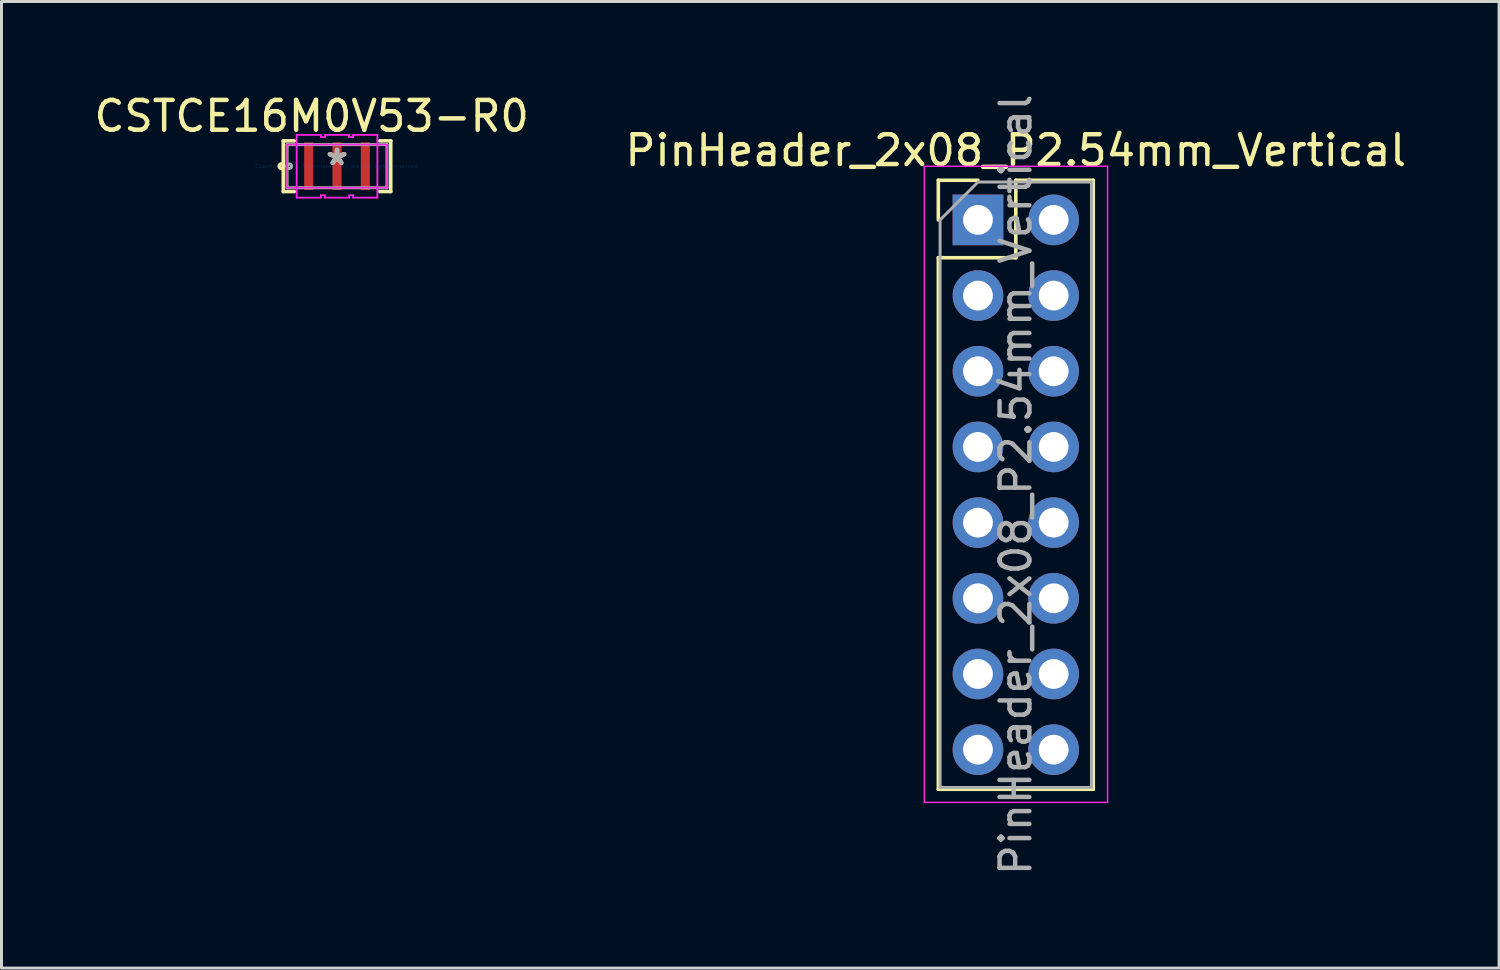
<source format=kicad_pcb>
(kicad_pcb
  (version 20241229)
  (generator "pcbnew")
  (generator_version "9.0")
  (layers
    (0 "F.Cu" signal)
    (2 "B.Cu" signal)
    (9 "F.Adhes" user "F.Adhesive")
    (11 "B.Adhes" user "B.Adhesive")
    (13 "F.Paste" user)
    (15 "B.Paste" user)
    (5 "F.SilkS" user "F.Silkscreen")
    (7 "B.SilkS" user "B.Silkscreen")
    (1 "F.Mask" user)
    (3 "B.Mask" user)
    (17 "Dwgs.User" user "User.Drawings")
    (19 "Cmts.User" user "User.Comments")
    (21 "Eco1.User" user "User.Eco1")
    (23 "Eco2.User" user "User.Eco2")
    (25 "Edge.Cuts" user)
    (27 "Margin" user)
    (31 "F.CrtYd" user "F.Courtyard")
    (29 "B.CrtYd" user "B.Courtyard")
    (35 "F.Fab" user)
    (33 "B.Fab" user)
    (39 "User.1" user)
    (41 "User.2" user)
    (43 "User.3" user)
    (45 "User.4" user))
  (footprint "CSTCE16M0V53-R0"
    (layer "F.Cu")
    (at 8.261 2.528)
    (property "Reference" "CSTCE16M0V53-R0" (at -0.85 -1.68 0) (layer "F.SilkS") (effects (font (size 1 1) (thickness 0.15))))
    (attr through_hole)
    (fp_line (start -1.803 -0.851) (end -1.803 0.851) (stroke (width 0.12) (type solid)) (layer "F.SilkS"))
    (fp_line (start -1.803 0.851) (end -1.431 0.851) (stroke (width 0.12) (type solid)) (layer "F.SilkS"))
    (fp_line (start -1.431 -0.851) (end -1.803 -0.851) (stroke (width 0.12) (type solid)) (layer "F.SilkS"))
    (fp_line (start 1.431 0.851) (end 1.803 0.851) (stroke (width 0.12) (type solid)) (layer "F.SilkS"))
    (fp_line (start 1.803 -0.851) (end 1.431 -0.851) (stroke (width 0.12) (type solid)) (layer "F.SilkS"))
    (fp_line (start 1.803 0.851) (end 1.803 -0.851) (stroke (width 0.12) (type solid)) (layer "F.SilkS"))
    (fp_circle (center -1.864 0) (end -1.788 0) (stroke (width 0.12) (type solid)) (fill no) (layer "F.SilkS"))
    (fp_line (start -1.676 -0.724) (end 1.676 -0.724) (stroke (width 0.05) (type solid)) (layer "F.CrtYd"))
    (fp_line (start -1.676 0.724) (end -1.676 -0.724) (stroke (width 0.05) (type solid)) (layer "F.CrtYd"))
    (fp_line (start -1.356 -1.054) (end -0.544 -1.054) (stroke (width 0.05) (type solid)) (layer "F.CrtYd"))
    (fp_line (start -1.356 -1.054) (end -0.544 -1.054) (stroke (width 0.05) (type solid)) (layer "F.CrtYd"))
    (fp_line (start -1.356 1.054) (end -1.356 -1.054) (stroke (width 0.05) (type solid)) (layer "F.CrtYd"))
    (fp_line (start -1.356 1.054) (end -1.356 -1.054) (stroke (width 0.05) (type solid)) (layer "F.CrtYd"))
    (fp_line (start -1.356 1.054) (end -0.544 1.054) (stroke (width 0.05) (type solid)) (layer "F.CrtYd"))
    (fp_line (start -0.544 -1.054) (end -0.544 -0.978) (stroke (width 0.05) (type solid)) (layer "F.CrtYd"))
    (fp_line (start -0.544 -1.054) (end -0.544 -0.978) (stroke (width 0.05) (type solid)) (layer "F.CrtYd"))
    (fp_line (start -0.544 -0.978) (end -0.406 -0.978) (stroke (width 0.05) (type solid)) (layer "F.CrtYd"))
    (fp_line (start -0.544 -0.978) (end -0.406 -0.978) (stroke (width 0.05) (type solid)) (layer "F.CrtYd"))
    (fp_line (start -0.544 0.978) (end -0.544 1.054) (stroke (width 0.05) (type solid)) (layer "F.CrtYd"))
    (fp_line (start -0.544 0.978) (end -0.406 0.978) (stroke (width 0.05) (type solid)) (layer "F.CrtYd"))
    (fp_line (start -0.544 1.054) (end -1.356 1.054) (stroke (width 0.05) (type solid)) (layer "F.CrtYd"))
    (fp_line (start -0.544 1.054) (end -0.544 0.978) (stroke (width 0.05) (type solid)) (layer "F.CrtYd"))
    (fp_line (start -0.406 -1.054) (end 0.406 -1.054) (stroke (width 0.05) (type solid)) (layer "F.CrtYd"))
    (fp_line (start -0.406 -1.054) (end 0.406 -1.054) (stroke (width 0.05) (type solid)) (layer "F.CrtYd"))
    (fp_line (start -0.406 -0.978) (end -0.406 -1.054) (stroke (width 0.05) (type solid)) (layer "F.CrtYd"))
    (fp_line (start -0.406 -0.978) (end -0.406 -1.054) (stroke (width 0.05) (type solid)) (layer "F.CrtYd"))
    (fp_line (start -0.406 0.978) (end -0.544 0.978) (stroke (width 0.05) (type solid)) (layer "F.CrtYd"))
    (fp_line (start -0.406 0.978) (end -0.406 1.054) (stroke (width 0.05) (type solid)) (layer "F.CrtYd"))
    (fp_line (start -0.406 1.054) (end -0.406 0.978) (stroke (width 0.05) (type solid)) (layer "F.CrtYd"))
    (fp_line (start -0.406 1.054) (end 0.406 1.054) (stroke (width 0.05) (type solid)) (layer "F.CrtYd"))
    (fp_line (start 0.406 -1.054) (end 0.406 -0.978) (stroke (width 0.05) (type solid)) (layer "F.CrtYd"))
    (fp_line (start 0.406 -0.978) (end 0.406 -1.054) (stroke (width 0.05) (type solid)) (layer "F.CrtYd"))
    (fp_line (start 0.406 -0.978) (end 0.544 -0.978) (stroke (width 0.05) (type solid)) (layer "F.CrtYd"))
    (fp_line (start 0.406 0.978) (end 0.406 1.054) (stroke (width 0.05) (type solid)) (layer "F.CrtYd"))
    (fp_line (start 0.406 0.978) (end 0.406 1.054) (stroke (width 0.05) (type solid)) (layer "F.CrtYd"))
    (fp_line (start 0.406 1.054) (end -0.406 1.054) (stroke (width 0.05) (type solid)) (layer "F.CrtYd"))
    (fp_line (start 0.544 -1.054) (end 0.544 -0.978) (stroke (width 0.05) (type solid)) (layer "F.CrtYd"))
    (fp_line (start 0.544 -1.054) (end 1.356 -1.054) (stroke (width 0.05) (type solid)) (layer "F.CrtYd"))
    (fp_line (start 0.544 -0.978) (end 0.406 -0.978) (stroke (width 0.05) (type solid)) (layer "F.CrtYd"))
    (fp_line (start 0.544 -0.978) (end 0.544 -1.054) (stroke (width 0.05) (type solid)) (layer "F.CrtYd"))
    (fp_line (start 0.544 0.978) (end 0.406 0.978) (stroke (width 0.05) (type solid)) (layer "F.CrtYd"))
    (fp_line (start 0.544 0.978) (end 0.406 0.978) (stroke (width 0.05) (type solid)) (layer "F.CrtYd"))
    (fp_line (start 0.544 1.054) (end 0.544 0.978) (stroke (width 0.05) (type solid)) (layer "F.CrtYd"))
    (fp_line (start 0.544 1.054) (end 0.544 0.978) (stroke (width 0.05) (type solid)) (layer "F.CrtYd"))
    (fp_line (start 1.356 -1.054) (end 0.544 -1.054) (stroke (width 0.05) (type solid)) (layer "F.CrtYd"))
    (fp_line (start 1.356 -1.054) (end 1.356 1.054) (stroke (width 0.05) (type solid)) (layer "F.CrtYd"))
    (fp_line (start 1.356 -1.054) (end 1.356 1.054) (stroke (width 0.05) (type solid)) (layer "F.CrtYd"))
    (fp_line (start 1.356 1.054) (end 0.544 1.054) (stroke (width 0.05) (type solid)) (layer "F.CrtYd"))
    (fp_line (start 1.356 1.054) (end 0.544 1.054) (stroke (width 0.05) (type solid)) (layer "F.CrtYd"))
    (fp_line (start 1.676 -0.724) (end 1.676 0.724) (stroke (width 0.05) (type solid)) (layer "F.CrtYd"))
    (fp_line (start 1.676 0.724) (end -1.676 0.724) (stroke (width 0.05) (type solid)) (layer "F.CrtYd"))
    (fp_line (start -1.676 -0.724) (end -1.676 0.724) (stroke (width 0.1) (type solid)) (layer "F.Fab"))
    (fp_line (start -1.676 0.724) (end 1.676 0.724) (stroke (width 0.1) (type solid)) (layer "F.Fab"))
    (fp_line (start 1.676 -0.724) (end -1.676 -0.724) (stroke (width 0.1) (type solid)) (layer "F.Fab"))
    (fp_line (start 1.676 0.724) (end 1.676 -0.724) (stroke (width 0.1) (type solid)) (layer "F.Fab"))
    (fp_circle (center -1.6 0) (end -1.524 0) (stroke (width 0.1) (type solid)) (fill no) (layer "F.Fab"))
    (fp_text user "*" (at 0 0 0) (layer "F.SilkS") (effects (font (size 1 1) (thickness 0.15))))
    (fp_text user "Copyright 2021 Accelerated Designs. All rights reserved." (at 0 0 0) (layer "Cmts.User") (effects (font (size 0.127 0.127) (thickness 0.002))))
    (fp_text user "*" (at 0 0 0) (layer "F.Fab") (effects (font (size 1 1) (thickness 0.15))))
    (pad "1" smd rect (at -0.95 0) (size 0.305 1.6) (layers "F.Cu" "F.Mask" "F.Paste"))
    (pad "2" smd rect (at 0 0) (size 0.305 1.6) (layers "F.Cu" "F.Mask" "F.Paste"))
    (pad "3" smd rect (at 0.95 0) (size 0.305 1.6) (layers "F.Cu" "F.Mask" "F.Paste")))
  (footprint "PinHeader_2x08_P2.54mm_Vertical"
    (layer "F.Cu")
    (at 29.772 4.33)
    (property "Reference" "PinHeader_2x08_P2.54mm_Vertical" (at 1.27 -2.33 0) (layer "F.SilkS") (effects (font (size 1 1) (thickness 0.15))))
    (attr through_hole)
    (fp_line (start -1.33 -1.33) (end 0 -1.33) (stroke (width 0.12) (type solid)) (layer "F.SilkS"))
    (fp_line (start -1.33 0) (end -1.33 -1.33) (stroke (width 0.12) (type solid)) (layer "F.SilkS"))
    (fp_line (start -1.33 1.27) (end -1.33 19.11) (stroke (width 0.12) (type solid)) (layer "F.SilkS"))
    (fp_line (start -1.33 1.27) (end 1.27 1.27) (stroke (width 0.12) (type solid)) (layer "F.SilkS"))
    (fp_line (start -1.33 19.11) (end 3.87 19.11) (stroke (width 0.12) (type solid)) (layer "F.SilkS"))
    (fp_line (start 1.27 -1.33) (end 3.87 -1.33) (stroke (width 0.12) (type solid)) (layer "F.SilkS"))
    (fp_line (start 1.27 1.27) (end 1.27 -1.33) (stroke (width 0.12) (type solid)) (layer "F.SilkS"))
    (fp_line (start 3.87 -1.33) (end 3.87 19.11) (stroke (width 0.12) (type solid)) (layer "F.SilkS"))
    (fp_line (start -1.8 -1.8) (end -1.8 19.55) (stroke (width 0.05) (type solid)) (layer "F.CrtYd"))
    (fp_line (start -1.8 19.55) (end 4.35 19.55) (stroke (width 0.05) (type solid)) (layer "F.CrtYd"))
    (fp_line (start 4.35 -1.8) (end -1.8 -1.8) (stroke (width 0.05) (type solid)) (layer "F.CrtYd"))
    (fp_line (start 4.35 19.55) (end 4.35 -1.8) (stroke (width 0.05) (type solid)) (layer "F.CrtYd"))
    (fp_line (start -1.27 0) (end 0 -1.27) (stroke (width 0.1) (type solid)) (layer "F.Fab"))
    (fp_line (start -1.27 19.05) (end -1.27 0) (stroke (width 0.1) (type solid)) (layer "F.Fab"))
    (fp_line (start 0 -1.27) (end 3.81 -1.27) (stroke (width 0.1) (type solid)) (layer "F.Fab"))
    (fp_line (start 3.81 -1.27) (end 3.81 19.05) (stroke (width 0.1) (type solid)) (layer "F.Fab"))
    (fp_line (start 3.81 19.05) (end -1.27 19.05) (stroke (width 0.1) (type solid)) (layer "F.Fab"))
    (fp_text user "${REFERENCE}" (at 1.27 8.89 90) (layer "F.Fab") (effects (font (size 1 1) (thickness 0.15))))
    (pad "1" thru_hole rect (at 0 0) (size 1.7 1.7) (drill 1) (layers "*.Cu" "*.Mask"))
    (pad "2" thru_hole oval (at 0 2.54) (size 1.7 1.7) (drill 1) (layers "*.Cu" "*.Mask"))
    (pad "3" thru_hole oval (at 0 5.08) (size 1.7 1.7) (drill 1) (layers "*.Cu" "*.Mask"))
    (pad "4" thru_hole oval (at 0 7.62) (size 1.7 1.7) (drill 1) (layers "*.Cu" "*.Mask"))
    (pad "5" thru_hole oval (at 0 10.16) (size 1.7 1.7) (drill 1) (layers "*.Cu" "*.Mask"))
    (pad "6" thru_hole oval (at 0 12.7) (size 1.7 1.7) (drill 1) (layers "*.Cu" "*.Mask"))
    (pad "7" thru_hole oval (at 0 15.24) (size 1.7 1.7) (drill 1) (layers "*.Cu" "*.Mask"))
    (pad "8" thru_hole oval (at 0 17.78) (size 1.7 1.7) (drill 1) (layers "*.Cu" "*.Mask"))
    (pad "9" thru_hole oval (at 2.54 17.78) (size 1.7 1.7) (drill 1) (layers "*.Cu" "*.Mask"))
    (pad "10" thru_hole oval (at 2.54 15.24) (size 1.7 1.7) (drill 1) (layers "*.Cu" "*.Mask"))
    (pad "11" thru_hole oval (at 2.54 12.7) (size 1.7 1.7) (drill 1) (layers "*.Cu" "*.Mask"))
    (pad "12" thru_hole oval (at 2.54 10.16) (size 1.7 1.7) (drill 1) (layers "*.Cu" "*.Mask"))
    (pad "13" thru_hole oval (at 2.54 7.62) (size 1.7 1.7) (drill 1) (layers "*.Cu" "*.Mask"))
    (pad "14" thru_hole oval (at 2.54 5.08) (size 1.7 1.7) (drill 1) (layers "*.Cu" "*.Mask"))
    (pad "15" thru_hole oval (at 2.54 2.54) (size 1.7 1.7) (drill 1) (layers "*.Cu" "*.Mask"))
    (pad "16" thru_hole oval (at 2.54 0) (size 1.7 1.7) (drill 1) (layers "*.Cu" "*.Mask")))
  (gr_rect
    (start -3 -3)
    (end 47.262 29.44)
    (stroke (width 0.1) (type default))
    (fill no)
    (layer "Edge.Cuts")))
</source>
